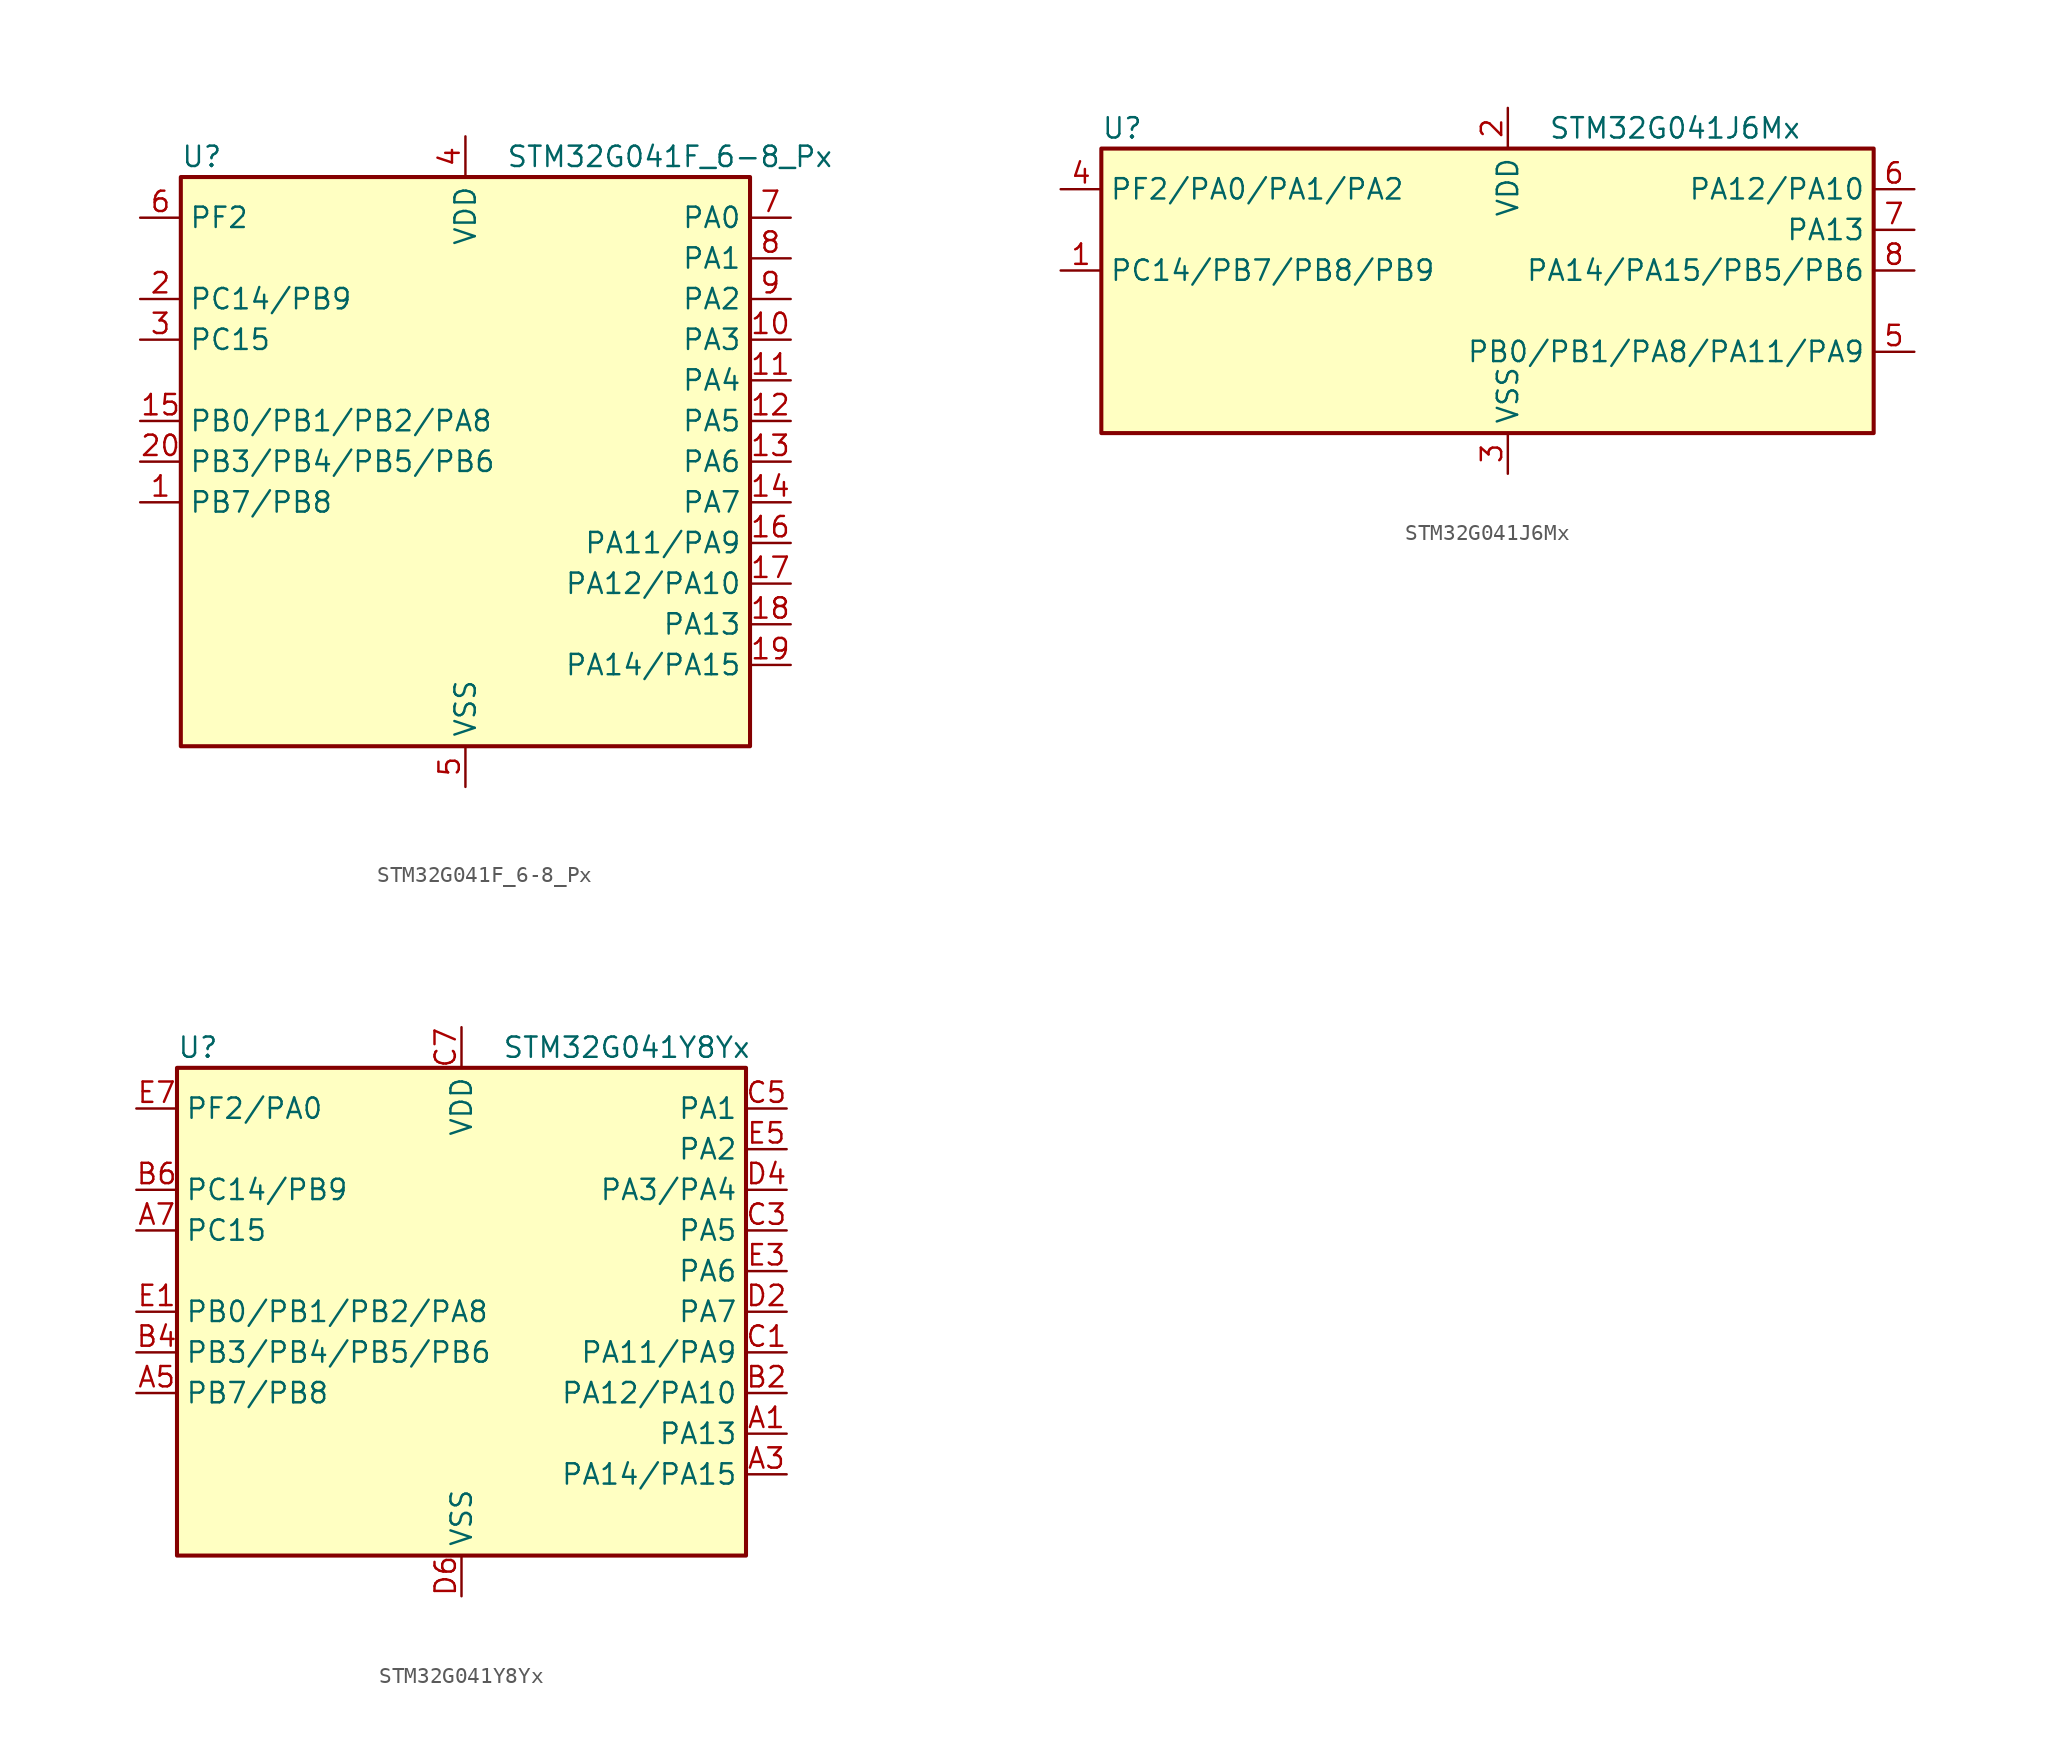
<source format=kicad_sym>
(kicad_symbol_lib
  (version 20211014)
  (generator kicad-library-utils)
  (symbol "STM32G041F_6-8_Px"
    (property "Reference" "U"
      (at -17.78 19.05 0)
      (effects (font (size 1.27 1.27)) (justify left)))
    (property "Value" "STM32G041F_6-8_Px"
      (at 2.54 19.05 0)
      (effects (font (size 1.27 1.27)) (justify left)))
    (property "ki_fp_filters" "TSSOP*4.4x6.5mm*P0.65mm*"
      (at 0.0 0.0 0.0)
      (effects (font (size 1.27 1.27))))
    (symbol "STM32G041F_6-8_Px_0_1"
      (rectangle (start -17.78 -17.78) (end 17.78 17.78) (stroke (width 0.254)) (fill (type background))))
    (symbol "STM32G041F_6-8_Px_1_1"
      (pin bidirectional line (at -20.32 15.24 0) (length 2.54) (name "PF2" (effects (font (size 1.27 1.27)))) (number "6" (effects (font (size 1.27 1.27)))) (alternate "RCC_MCO" bidirectional line))
      (pin bidirectional line (at -20.32 10.16 0) (length 2.54) (name "PC14/PB9" (effects (font (size 1.27 1.27)))) (number "2" (effects (font (size 1.27 1.27)))) (alternate "RCC_OSC32_IN" bidirectional line) (alternate "RCC_OSC_IN" bidirectional line) (alternate "TIM1_BK2" bidirectional line))
      (pin bidirectional line (at -20.32 7.62 0) (length 2.54) (name "PC15" (effects (font (size 1.27 1.27)))) (number "3" (effects (font (size 1.27 1.27)))) (alternate "RCC_OSC32_EN" bidirectional line) (alternate "RCC_OSC32_OUT" bidirectional line) (alternate "RCC_OSC_EN" bidirectional line))
      (pin bidirectional line (at -20.32 2.54 0) (length 2.54) (name "PB0/PB1/PB2/PA8" (effects (font (size 1.27 1.27)))) (number "15" (effects (font (size 1.27 1.27)))) (alternate "ADC1_IN8" bidirectional line) (alternate "I2S1_WS" bidirectional line) (alternate "LPTIM1_OUT" bidirectional line) (alternate "SPI1_NSS" bidirectional line) (alternate "TIM1_CH2N" bidirectional line) (alternate "TIM3_CH3" bidirectional line))
      (pin bidirectional line (at -20.32 0.0 0) (length 2.54) (name "PB3/PB4/PB5/PB6" (effects (font (size 1.27 1.27)))) (number "20" (effects (font (size 1.27 1.27)))) (alternate "I2S1_CK" bidirectional line) (alternate "SPI1_SCK" bidirectional line) (alternate "TIM1_CH2" bidirectional line) (alternate "TIM2_CH2" bidirectional line) (alternate "USART1_CK" bidirectional line) (alternate "USART1_DE" bidirectional line) (alternate "USART1_RTS" bidirectional line))
      (pin bidirectional line (at -20.32 -2.54 0) (length 2.54) (name "PB7/PB8" (effects (font (size 1.27 1.27)))) (number "1" (effects (font (size 1.27 1.27)))) (alternate "ADC1_IN11" bidirectional line) (alternate "I2C1_SDA" bidirectional line) (alternate "LPTIM1_IN2" bidirectional line) (alternate "SPI2_MOSI" bidirectional line) (alternate "SYS_PVD_IN" bidirectional line) (alternate "TIM17_CH1N" bidirectional line) (alternate "USART1_RX" bidirectional line))
      (pin bidirectional line (at 20.32 15.24 180) (length 2.54) (name "PA0" (effects (font (size 1.27 1.27)))) (number "7" (effects (font (size 1.27 1.27)))) (alternate "ADC1_IN0" bidirectional line) (alternate "LPTIM1_OUT" bidirectional line) (alternate "RTC_TAMP_IN2" bidirectional line) (alternate "SPI2_SCK" bidirectional line) (alternate "SYS_WKUP1" bidirectional line) (alternate "TIM2_CH1" bidirectional line) (alternate "TIM2_ETR" bidirectional line) (alternate "USART2_CTS" bidirectional line) (alternate "USART2_NSS" bidirectional line))
      (pin bidirectional line (at 20.32 12.7 180) (length 2.54) (name "PA1" (effects (font (size 1.27 1.27)))) (number "8" (effects (font (size 1.27 1.27)))) (alternate "ADC1_IN1" bidirectional line) (alternate "I2C1_SMBA" bidirectional line) (alternate "I2S1_CK" bidirectional line) (alternate "SPI1_SCK" bidirectional line) (alternate "TIM2_CH2" bidirectional line) (alternate "USART2_CK" bidirectional line) (alternate "USART2_DE" bidirectional line) (alternate "USART2_RTS" bidirectional line))
      (pin bidirectional line (at 20.32 10.16 180) (length 2.54) (name "PA2" (effects (font (size 1.27 1.27)))) (number "9" (effects (font (size 1.27 1.27)))) (alternate "ADC1_IN2" bidirectional line) (alternate "I2S1_SD" bidirectional line) (alternate "LPUART1_TX" bidirectional line) (alternate "RCC_LSCO" bidirectional line) (alternate "SPI1_MOSI" bidirectional line) (alternate "SYS_WKUP4" bidirectional line) (alternate "TIM2_CH3" bidirectional line) (alternate "USART2_TX" bidirectional line))
      (pin bidirectional line (at 20.32 7.62 180) (length 2.54) (name "PA3" (effects (font (size 1.27 1.27)))) (number "10" (effects (font (size 1.27 1.27)))) (alternate "ADC1_IN3" bidirectional line) (alternate "LPUART1_RX" bidirectional line) (alternate "SPI2_MISO" bidirectional line) (alternate "TIM2_CH4" bidirectional line) (alternate "USART2_RX" bidirectional line))
      (pin bidirectional line (at 20.32 5.08 180) (length 2.54) (name "PA4" (effects (font (size 1.27 1.27)))) (number "11" (effects (font (size 1.27 1.27)))) (alternate "ADC1_IN4" bidirectional line) (alternate "I2S1_WS" bidirectional line) (alternate "LPTIM2_OUT" bidirectional line) (alternate "RTC_OUT_ALARM" bidirectional line) (alternate "RTC_OUT_CALIB" bidirectional line) (alternate "RTC_TAMP_IN1" bidirectional line) (alternate "RTC_TS" bidirectional line) (alternate "SPI1_NSS" bidirectional line) (alternate "SPI2_MOSI" bidirectional line) (alternate "SYS_WKUP2" bidirectional line) (alternate "TIM14_CH1" bidirectional line))
      (pin bidirectional line (at 20.32 2.54 180) (length 2.54) (name "PA5" (effects (font (size 1.27 1.27)))) (number "12" (effects (font (size 1.27 1.27)))) (alternate "ADC1_IN5" bidirectional line) (alternate "I2S1_CK" bidirectional line) (alternate "LPTIM2_ETR" bidirectional line) (alternate "SPI1_SCK" bidirectional line) (alternate "TIM2_CH1" bidirectional line) (alternate "TIM2_ETR" bidirectional line))
      (pin bidirectional line (at 20.32 0.0 180) (length 2.54) (name "PA6" (effects (font (size 1.27 1.27)))) (number "13" (effects (font (size 1.27 1.27)))) (alternate "ADC1_IN6" bidirectional line) (alternate "I2S1_MCK" bidirectional line) (alternate "LPUART1_CTS" bidirectional line) (alternate "SPI1_MISO" bidirectional line) (alternate "TIM16_CH1" bidirectional line) (alternate "TIM1_BK" bidirectional line) (alternate "TIM3_CH1" bidirectional line))
      (pin bidirectional line (at 20.32 -2.54 180) (length 2.54) (name "PA7" (effects (font (size 1.27 1.27)))) (number "14" (effects (font (size 1.27 1.27)))) (alternate "ADC1_IN7" bidirectional line) (alternate "I2S1_SD" bidirectional line) (alternate "SPI1_MOSI" bidirectional line) (alternate "TIM14_CH1" bidirectional line) (alternate "TIM17_CH1" bidirectional line) (alternate "TIM1_CH1N" bidirectional line) (alternate "TIM3_CH2" bidirectional line))
      (pin bidirectional line (at 20.32 -5.08 180) (length 2.54) (name "PA11/PA9" (effects (font (size 1.27 1.27)))) (number "16" (effects (font (size 1.27 1.27)))) (alternate "ADC1_EXTI11" bidirectional line) (alternate "ADC1_IN15" bidirectional line) (alternate "I2C2_SCL" bidirectional line) (alternate "I2S1_MCK" bidirectional line) (alternate "SPI1_MISO" bidirectional line) (alternate "TIM1_BK2" bidirectional line) (alternate "TIM1_CH4" bidirectional line) (alternate "USART1_CTS" bidirectional line) (alternate "USART1_NSS" bidirectional line))
      (pin bidirectional line (at 20.32 -7.62 180) (length 2.54) (name "PA12/PA10" (effects (font (size 1.27 1.27)))) (number "17" (effects (font (size 1.27 1.27)))) (alternate "ADC1_IN16" bidirectional line) (alternate "I2C2_SDA" bidirectional line) (alternate "I2S1_SD" bidirectional line) (alternate "I2S_CKIN" bidirectional line) (alternate "SPI1_MOSI" bidirectional line) (alternate "TIM1_ETR" bidirectional line) (alternate "USART1_CK" bidirectional line) (alternate "USART1_DE" bidirectional line) (alternate "USART1_RTS" bidirectional line))
      (pin bidirectional line (at 20.32 -10.16 180) (length 2.54) (name "PA13" (effects (font (size 1.27 1.27)))) (number "18" (effects (font (size 1.27 1.27)))) (alternate "ADC1_IN17" bidirectional line) (alternate "IR_OUT" bidirectional line) (alternate "SYS_SWDIO" bidirectional line))
      (pin bidirectional line (at 20.32 -12.7 180) (length 2.54) (name "PA14/PA15" (effects (font (size 1.27 1.27)))) (number "19" (effects (font (size 1.27 1.27)))) (alternate "ADC1_IN18" bidirectional line) (alternate "SYS_SWCLK" bidirectional line) (alternate "USART2_TX" bidirectional line))
      (pin power_in line (at 0.0 20.32 270) (length 2.54) (name "VDD" (effects (font (size 1.27 1.27)))) (number "4" (effects (font (size 1.27 1.27)))))
      (pin power_in line (at 0.0 -20.32 90) (length 2.54) (name "VSS" (effects (font (size 1.27 1.27)))) (number "5" (effects (font (size 1.27 1.27)))))))
  (symbol "STM32G041J6Mx"
    (property "Reference" "U"
      (at -22.86 11.43 0)
      (effects (font (size 1.27 1.27)) (justify left)))
    (property "Value" "STM32G041J6Mx"
      (at 5.08 11.43 0)
      (effects (font (size 1.27 1.27)) (justify left)))
    (property "ki_fp_filters" "SO*3.9x4.9mm*P1.27mm*"
      (at 0.0 0.0 0.0)
      (effects (font (size 1.27 1.27))))
    (symbol "STM32G041J6Mx_0_1"
      (rectangle (start -22.86 -7.62) (end 25.4 10.16) (stroke (width 0.254)) (fill (type background))))
    (symbol "STM32G041J6Mx_1_1"
      (pin bidirectional line (at -25.4 7.62 0) (length 2.54) (name "PF2/PA0/PA1/PA2" (effects (font (size 1.27 1.27)))) (number "4" (effects (font (size 1.27 1.27)))) (alternate "RCC_MCO" bidirectional line))
      (pin bidirectional line (at -25.4 2.54 0) (length 2.54) (name "PC14/PB7/PB8/PB9" (effects (font (size 1.27 1.27)))) (number "1" (effects (font (size 1.27 1.27)))) (alternate "RCC_OSC32_IN" bidirectional line) (alternate "RCC_OSC_IN" bidirectional line) (alternate "TIM1_BK2" bidirectional line))
      (pin bidirectional line (at 27.94 7.62 180) (length 2.54) (name "PA12/PA10" (effects (font (size 1.27 1.27)))) (number "6" (effects (font (size 1.27 1.27)))) (alternate "ADC1_IN16" bidirectional line) (alternate "I2C2_SDA" bidirectional line) (alternate "I2S1_SD" bidirectional line) (alternate "I2S_CKIN" bidirectional line) (alternate "SPI1_MOSI" bidirectional line) (alternate "TIM1_ETR" bidirectional line) (alternate "USART1_CK" bidirectional line) (alternate "USART1_DE" bidirectional line) (alternate "USART1_RTS" bidirectional line))
      (pin bidirectional line (at 27.94 5.08 180) (length 2.54) (name "PA13" (effects (font (size 1.27 1.27)))) (number "7" (effects (font (size 1.27 1.27)))) (alternate "ADC1_IN17" bidirectional line) (alternate "IR_OUT" bidirectional line) (alternate "SYS_SWDIO" bidirectional line))
      (pin bidirectional line (at 27.94 2.54 180) (length 2.54) (name "PA14/PA15/PB5/PB6" (effects (font (size 1.27 1.27)))) (number "8" (effects (font (size 1.27 1.27)))) (alternate "ADC1_IN18" bidirectional line) (alternate "SYS_SWCLK" bidirectional line))
      (pin bidirectional line (at 27.94 -2.54 180) (length 2.54) (name "PB0/PB1/PA8/PA11/PA9" (effects (font (size 1.27 1.27)))) (number "5" (effects (font (size 1.27 1.27)))) (alternate "ADC1_IN8" bidirectional line) (alternate "I2S1_WS" bidirectional line) (alternate "LPTIM1_OUT" bidirectional line) (alternate "SPI1_NSS" bidirectional line) (alternate "TIM1_CH2N" bidirectional line) (alternate "TIM3_CH3" bidirectional line))
      (pin power_in line (at 2.54 12.7 270) (length 2.54) (name "VDD" (effects (font (size 1.27 1.27)))) (number "2" (effects (font (size 1.27 1.27)))))
      (pin power_in line (at 2.54 -10.16 90) (length 2.54) (name "VSS" (effects (font (size 1.27 1.27)))) (number "3" (effects (font (size 1.27 1.27)))))))
  (symbol "STM32G041Y8Yx"
    (property "Reference" "U"
      (at -17.78 16.51 0)
      (effects (font (size 1.27 1.27)) (justify left)))
    (property "Value" "STM32G041Y8Yx"
      (at 2.54 16.51 0)
      (effects (font (size 1.27 1.27)) (justify left)))
    (property "ki_fp_filters" "*"
      (at 0.0 0.0 0.0)
      (effects (font (size 1.27 1.27))))
    (symbol "STM32G041Y8Yx_0_1"
      (rectangle (start -17.78 -15.24) (end 17.78 15.24) (stroke (width 0.254)) (fill (type background))))
    (symbol "STM32G041Y8Yx_1_1"
      (pin bidirectional line (at -20.32 12.7 0) (length 2.54) (name "PF2/PA0" (effects (font (size 1.27 1.27)))) (number "E7" (effects (font (size 1.27 1.27)))) (alternate "RCC_MCO" bidirectional line))
      (pin bidirectional line (at -20.32 7.62 0) (length 2.54) (name "PC14/PB9" (effects (font (size 1.27 1.27)))) (number "B6" (effects (font (size 1.27 1.27)))) (alternate "RCC_OSC32_IN" bidirectional line) (alternate "RCC_OSC_IN" bidirectional line) (alternate "TIM1_BK2" bidirectional line))
      (pin bidirectional line (at -20.32 5.08 0) (length 2.54) (name "PC15" (effects (font (size 1.27 1.27)))) (number "A7" (effects (font (size 1.27 1.27)))) (alternate "RCC_OSC32_EN" bidirectional line) (alternate "RCC_OSC32_OUT" bidirectional line) (alternate "RCC_OSC_EN" bidirectional line))
      (pin bidirectional line (at -20.32 0.0 0) (length 2.54) (name "PB0/PB1/PB2/PA8" (effects (font (size 1.27 1.27)))) (number "E1" (effects (font (size 1.27 1.27)))) (alternate "ADC1_IN8" bidirectional line) (alternate "I2S1_WS" bidirectional line) (alternate "LPTIM1_OUT" bidirectional line) (alternate "SPI1_NSS" bidirectional line) (alternate "TIM1_CH2N" bidirectional line) (alternate "TIM3_CH3" bidirectional line))
      (pin bidirectional line (at -20.32 -2.54 0) (length 2.54) (name "PB3/PB4/PB5/PB6" (effects (font (size 1.27 1.27)))) (number "B4" (effects (font (size 1.27 1.27)))) (alternate "I2S1_CK" bidirectional line) (alternate "SPI1_SCK" bidirectional line) (alternate "TIM1_CH2" bidirectional line) (alternate "TIM2_CH2" bidirectional line) (alternate "USART1_CK" bidirectional line) (alternate "USART1_DE" bidirectional line) (alternate "USART1_RTS" bidirectional line))
      (pin bidirectional line (at -20.32 -5.08 0) (length 2.54) (name "PB7/PB8" (effects (font (size 1.27 1.27)))) (number "A5" (effects (font (size 1.27 1.27)))) (alternate "ADC1_IN11" bidirectional line) (alternate "I2C1_SDA" bidirectional line) (alternate "LPTIM1_IN2" bidirectional line) (alternate "SPI2_MOSI" bidirectional line) (alternate "SYS_PVD_IN" bidirectional line) (alternate "TIM17_CH1N" bidirectional line) (alternate "USART1_RX" bidirectional line))
      (pin bidirectional line (at 20.32 12.7 180) (length 2.54) (name "PA1" (effects (font (size 1.27 1.27)))) (number "C5" (effects (font (size 1.27 1.27)))) (alternate "ADC1_IN1" bidirectional line) (alternate "I2C1_SMBA" bidirectional line) (alternate "I2S1_CK" bidirectional line) (alternate "SPI1_SCK" bidirectional line) (alternate "TIM2_CH2" bidirectional line) (alternate "USART2_CK" bidirectional line) (alternate "USART2_DE" bidirectional line) (alternate "USART2_RTS" bidirectional line))
      (pin bidirectional line (at 20.32 10.16 180) (length 2.54) (name "PA2" (effects (font (size 1.27 1.27)))) (number "E5" (effects (font (size 1.27 1.27)))) (alternate "ADC1_IN2" bidirectional line) (alternate "I2S1_SD" bidirectional line) (alternate "LPUART1_TX" bidirectional line) (alternate "RCC_LSCO" bidirectional line) (alternate "SPI1_MOSI" bidirectional line) (alternate "SYS_WKUP4" bidirectional line) (alternate "TIM2_CH3" bidirectional line) (alternate "USART2_TX" bidirectional line))
      (pin bidirectional line (at 20.32 7.62 180) (length 2.54) (name "PA3/PA4" (effects (font (size 1.27 1.27)))) (number "D4" (effects (font (size 1.27 1.27)))) (alternate "ADC1_IN3" bidirectional line) (alternate "LPUART1_RX" bidirectional line) (alternate "SPI2_MISO" bidirectional line) (alternate "TIM2_CH4" bidirectional line) (alternate "USART2_RX" bidirectional line))
      (pin bidirectional line (at 20.32 5.08 180) (length 2.54) (name "PA5" (effects (font (size 1.27 1.27)))) (number "C3" (effects (font (size 1.27 1.27)))) (alternate "ADC1_IN5" bidirectional line) (alternate "I2S1_CK" bidirectional line) (alternate "LPTIM2_ETR" bidirectional line) (alternate "SPI1_SCK" bidirectional line) (alternate "TIM2_CH1" bidirectional line) (alternate "TIM2_ETR" bidirectional line))
      (pin bidirectional line (at 20.32 2.54 180) (length 2.54) (name "PA6" (effects (font (size 1.27 1.27)))) (number "E3" (effects (font (size 1.27 1.27)))) (alternate "ADC1_IN6" bidirectional line) (alternate "I2S1_MCK" bidirectional line) (alternate "LPUART1_CTS" bidirectional line) (alternate "SPI1_MISO" bidirectional line) (alternate "TIM16_CH1" bidirectional line) (alternate "TIM1_BK" bidirectional line) (alternate "TIM3_CH1" bidirectional line))
      (pin bidirectional line (at 20.32 0.0 180) (length 2.54) (name "PA7" (effects (font (size 1.27 1.27)))) (number "D2" (effects (font (size 1.27 1.27)))) (alternate "ADC1_IN7" bidirectional line) (alternate "I2S1_SD" bidirectional line) (alternate "SPI1_MOSI" bidirectional line) (alternate "TIM14_CH1" bidirectional line) (alternate "TIM17_CH1" bidirectional line) (alternate "TIM1_CH1N" bidirectional line) (alternate "TIM3_CH2" bidirectional line))
      (pin bidirectional line (at 20.32 -2.54 180) (length 2.54) (name "PA11/PA9" (effects (font (size 1.27 1.27)))) (number "C1" (effects (font (size 1.27 1.27)))) (alternate "ADC1_EXTI11" bidirectional line) (alternate "ADC1_IN15" bidirectional line) (alternate "I2C2_SCL" bidirectional line) (alternate "I2S1_MCK" bidirectional line) (alternate "SPI1_MISO" bidirectional line) (alternate "TIM1_BK2" bidirectional line) (alternate "TIM1_CH4" bidirectional line) (alternate "USART1_CTS" bidirectional line) (alternate "USART1_NSS" bidirectional line))
      (pin bidirectional line (at 20.32 -5.08 180) (length 2.54) (name "PA12/PA10" (effects (font (size 1.27 1.27)))) (number "B2" (effects (font (size 1.27 1.27)))) (alternate "ADC1_IN16" bidirectional line) (alternate "I2C2_SDA" bidirectional line) (alternate "I2S1_SD" bidirectional line) (alternate "I2S_CKIN" bidirectional line) (alternate "SPI1_MOSI" bidirectional line) (alternate "TIM1_ETR" bidirectional line) (alternate "USART1_CK" bidirectional line) (alternate "USART1_DE" bidirectional line) (alternate "USART1_RTS" bidirectional line))
      (pin bidirectional line (at 20.32 -7.62 180) (length 2.54) (name "PA13" (effects (font (size 1.27 1.27)))) (number "A1" (effects (font (size 1.27 1.27)))) (alternate "ADC1_IN17" bidirectional line) (alternate "IR_OUT" bidirectional line) (alternate "SYS_SWDIO" bidirectional line))
      (pin bidirectional line (at 20.32 -10.16 180) (length 2.54) (name "PA14/PA15" (effects (font (size 1.27 1.27)))) (number "A3" (effects (font (size 1.27 1.27)))) (alternate "ADC1_IN18" bidirectional line) (alternate "SYS_SWCLK" bidirectional line) (alternate "USART2_TX" bidirectional line))
      (pin power_in line (at 0.0 17.78 270) (length 2.54) (name "VDD" (effects (font (size 1.27 1.27)))) (number "C7" (effects (font (size 1.27 1.27)))))
      (pin power_in line (at 0.0 -17.78 90) (length 2.54) (name "VSS" (effects (font (size 1.27 1.27)))) (number "D6" (effects (font (size 1.27 1.27))))))))
</source>
